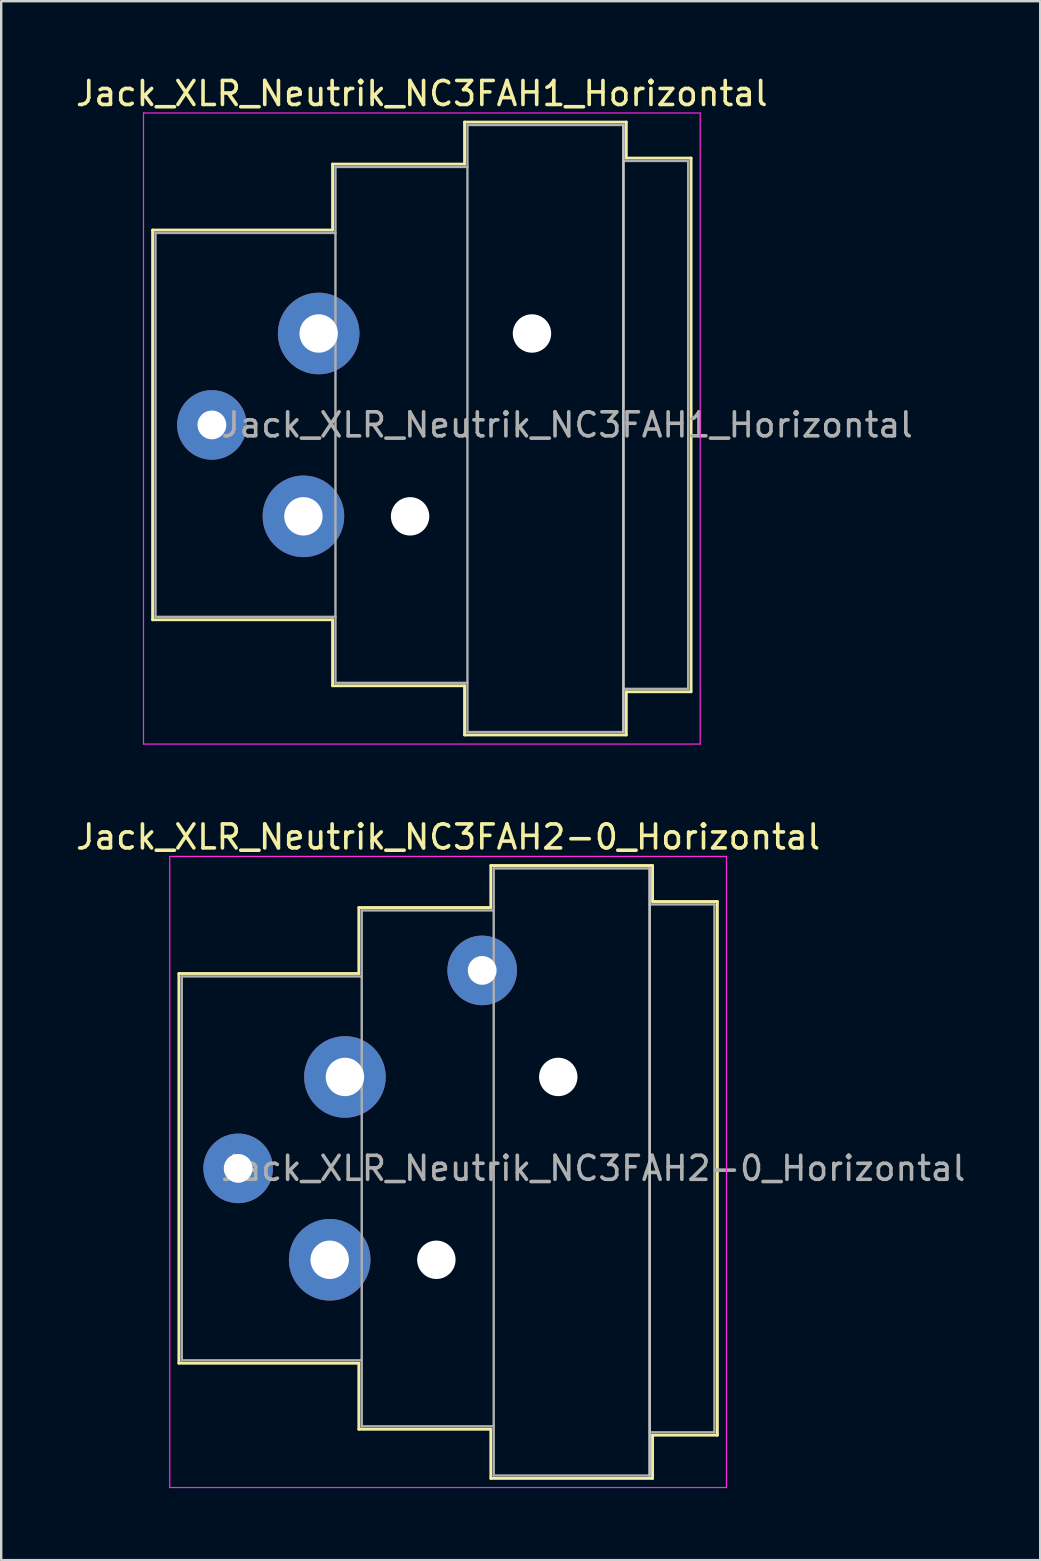
<source format=kicad_pcb>
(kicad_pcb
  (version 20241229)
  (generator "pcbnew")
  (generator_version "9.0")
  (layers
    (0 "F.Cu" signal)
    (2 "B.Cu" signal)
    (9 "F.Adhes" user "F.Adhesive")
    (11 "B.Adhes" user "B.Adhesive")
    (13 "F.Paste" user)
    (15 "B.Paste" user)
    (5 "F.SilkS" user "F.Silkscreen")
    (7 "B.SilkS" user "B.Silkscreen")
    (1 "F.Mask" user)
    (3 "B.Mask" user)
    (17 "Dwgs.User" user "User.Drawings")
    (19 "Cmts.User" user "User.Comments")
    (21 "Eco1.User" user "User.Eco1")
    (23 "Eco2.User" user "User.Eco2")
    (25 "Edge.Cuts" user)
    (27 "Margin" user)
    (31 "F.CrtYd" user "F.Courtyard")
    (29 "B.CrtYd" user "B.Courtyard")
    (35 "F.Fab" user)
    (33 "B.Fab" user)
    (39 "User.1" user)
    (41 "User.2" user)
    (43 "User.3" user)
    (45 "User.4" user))
  (footprint "Jack_XLR_Neutrik_NC3FAH2-0_Horizontal"
    (layer "F.Cu")
    (at 11.325 41.831)
    (property "Reference" "Jack_XLR_Neutrik_NC3FAH2-0_Horizontal" (at 4.3 -10 0) (layer "F.SilkS") (effects (font (size 1 1) (thickness 0.15))))
    (attr through_hole)
    (fp_line (start -6.92 -4.31) (end -6.92 11.93) (stroke (width 0.12) (type solid)) (layer "F.SilkS"))
    (fp_line (start 0.58 -7.06) (end 0.58 -4.31) (stroke (width 0.12) (type solid)) (layer "F.SilkS"))
    (fp_line (start 0.58 -4.31) (end -6.92 -4.31) (stroke (width 0.12) (type solid)) (layer "F.SilkS"))
    (fp_line (start 0.58 11.93) (end -6.92 11.93) (stroke (width 0.12) (type solid)) (layer "F.SilkS"))
    (fp_line (start 0.58 11.93) (end 0.58 14.68) (stroke (width 0.12) (type solid)) (layer "F.SilkS"))
    (fp_line (start 6.08 -7.06) (end 0.58 -7.06) (stroke (width 0.12) (type solid)) (layer "F.SilkS"))
    (fp_line (start 6.08 -7.06) (end 6.08 -8.81) (stroke (width 0.12) (type solid)) (layer "F.SilkS"))
    (fp_line (start 6.08 14.68) (end 0.58 14.68) (stroke (width 0.12) (type solid)) (layer "F.SilkS"))
    (fp_line (start 6.08 16.73) (end 6.08 14.68) (stroke (width 0.12) (type solid)) (layer "F.SilkS"))
    (fp_line (start 12.82 -8.81) (end 6.08 -8.81) (stroke (width 0.12) (type solid)) (layer "F.SilkS"))
    (fp_line (start 12.82 -8.81) (end 12.82 -7.31) (stroke (width 0.12) (type solid)) (layer "F.SilkS"))
    (fp_line (start 12.82 -7.31) (end 15.52 -7.31) (stroke (width 0.12) (type solid)) (layer "F.SilkS"))
    (fp_line (start 12.82 14.93) (end 12.82 16.73) (stroke (width 0.12) (type solid)) (layer "F.SilkS"))
    (fp_line (start 12.82 14.93) (end 15.52 14.93) (stroke (width 0.12) (type solid)) (layer "F.SilkS"))
    (fp_line (start 12.82 16.73) (end 6.08 16.73) (stroke (width 0.12) (type solid)) (layer "F.SilkS"))
    (fp_line (start 15.52 -7.31) (end 15.52 14.93) (stroke (width 0.12) (type solid)) (layer "F.SilkS"))
    (fp_line (start 12.7 -8.69) (end 12.7 16.61) (stroke (width 0.1) (type solid)) (layer "Dwgs.User"))
    (fp_line (start -7.3 -9.19) (end -7.3 17.11) (stroke (width 0.05) (type solid)) (layer "F.CrtYd"))
    (fp_line (start 15.9 -9.19) (end -7.3 -9.19) (stroke (width 0.05) (type solid)) (layer "F.CrtYd"))
    (fp_line (start 15.9 -9.19) (end 15.9 17.11) (stroke (width 0.05) (type solid)) (layer "F.CrtYd"))
    (fp_line (start 15.9 17.11) (end -7.3 17.11) (stroke (width 0.05) (type solid)) (layer "F.CrtYd"))
    (fp_line (start -6.8 -4.19) (end -6.8 11.81) (stroke (width 0.1) (type solid)) (layer "F.Fab"))
    (fp_line (start -6.8 11.81) (end 0.7 11.81) (stroke (width 0.1) (type solid)) (layer "F.Fab"))
    (fp_line (start 0.7 -6.94) (end 0.7 14.56) (stroke (width 0.1) (type solid)) (layer "F.Fab"))
    (fp_line (start 0.7 -4.19) (end -6.8 -4.19) (stroke (width 0.1) (type solid)) (layer "F.Fab"))
    (fp_line (start 0.7 14.56) (end 6.2 14.56) (stroke (width 0.1) (type solid)) (layer "F.Fab"))
    (fp_line (start 6.2 -8.69) (end 12.7 -8.69) (stroke (width 0.1) (type solid)) (layer "F.Fab"))
    (fp_line (start 6.2 -6.94) (end 0.7 -6.94) (stroke (width 0.1) (type solid)) (layer "F.Fab"))
    (fp_line (start 6.2 16.61) (end 6.2 -8.69) (stroke (width 0.1) (type solid)) (layer "F.Fab"))
    (fp_line (start 12.7 -8.69) (end 12.7 16.61) (stroke (width 0.1) (type solid)) (layer "F.Fab"))
    (fp_line (start 12.7 -7.19) (end 15.4 -7.19) (stroke (width 0.1) (type solid)) (layer "F.Fab"))
    (fp_line (start 12.7 16.61) (end 6.2 16.61) (stroke (width 0.1) (type solid)) (layer "F.Fab"))
    (fp_line (start 15.4 -7.19) (end 15.4 14.81) (stroke (width 0.1) (type solid)) (layer "F.Fab"))
    (fp_line (start 15.4 14.81) (end 12.7 14.81) (stroke (width 0.1) (type solid)) (layer "F.Fab"))
    (fp_text user "${REFERENCE}" (at 10.35 3.81 0) (layer "F.Fab") (effects (font (size 1 1) (thickness 0.15))))
    (pad "" np_thru_hole circle (at 3.81 7.62) (size 1.6 1.6) (drill 1.6) (layers "*.Cu" "*.Mask"))
    (pad "" np_thru_hole circle (at 8.89 0) (size 1.6 1.6) (drill 1.6) (layers "*.Cu" "*.Mask"))
    (pad "1" thru_hole circle (at 0 0) (size 3.4 3.4) (drill 1.6) (layers "*.Cu" "*.Mask"))
    (pad "2" thru_hole circle (at -0.635 7.62) (size 3.4 3.4) (drill 1.6) (layers "*.Cu" "*.Mask"))
    (pad "3" thru_hole circle (at -4.45 3.81) (size 2.9 2.9) (drill 1.2) (layers "*.Cu" "*.Mask"))
    (pad "G" thru_hole circle (at 5.72 -4.44) (size 2.9 2.9) (drill 1.2) (layers "*.Cu" "*.Mask")))
  (footprint "Jack_XLR_Neutrik_NC3FAH1_Horizontal"
    (layer "F.Cu")
    (at 10.23 10.848)
    (property "Reference" "Jack_XLR_Neutrik_NC3FAH1_Horizontal" (at 4.3 -10 0) (layer "F.SilkS") (effects (font (size 1 1) (thickness 0.15))))
    (attr through_hole)
    (fp_line (start -6.92 -4.31) (end -6.92 11.93) (stroke (width 0.12) (type solid)) (layer "F.SilkS"))
    (fp_line (start 0.58 -7.06) (end 0.58 -4.31) (stroke (width 0.12) (type solid)) (layer "F.SilkS"))
    (fp_line (start 0.58 -4.31) (end -6.92 -4.31) (stroke (width 0.12) (type solid)) (layer "F.SilkS"))
    (fp_line (start 0.58 11.93) (end -6.92 11.93) (stroke (width 0.12) (type solid)) (layer "F.SilkS"))
    (fp_line (start 0.58 11.93) (end 0.58 14.68) (stroke (width 0.12) (type solid)) (layer "F.SilkS"))
    (fp_line (start 6.08 -7.06) (end 0.58 -7.06) (stroke (width 0.12) (type solid)) (layer "F.SilkS"))
    (fp_line (start 6.08 -7.06) (end 6.08 -8.81) (stroke (width 0.12) (type solid)) (layer "F.SilkS"))
    (fp_line (start 6.08 14.68) (end 0.58 14.68) (stroke (width 0.12) (type solid)) (layer "F.SilkS"))
    (fp_line (start 6.08 16.73) (end 6.08 14.68) (stroke (width 0.12) (type solid)) (layer "F.SilkS"))
    (fp_line (start 12.82 -8.81) (end 6.08 -8.81) (stroke (width 0.12) (type solid)) (layer "F.SilkS"))
    (fp_line (start 12.82 -8.81) (end 12.82 -7.31) (stroke (width 0.12) (type solid)) (layer "F.SilkS"))
    (fp_line (start 12.82 -7.31) (end 15.52 -7.31) (stroke (width 0.12) (type solid)) (layer "F.SilkS"))
    (fp_line (start 12.82 14.93) (end 12.82 16.73) (stroke (width 0.12) (type solid)) (layer "F.SilkS"))
    (fp_line (start 12.82 14.93) (end 15.52 14.93) (stroke (width 0.12) (type solid)) (layer "F.SilkS"))
    (fp_line (start 12.82 16.73) (end 6.08 16.73) (stroke (width 0.12) (type solid)) (layer "F.SilkS"))
    (fp_line (start 15.52 -7.31) (end 15.52 14.93) (stroke (width 0.12) (type solid)) (layer "F.SilkS"))
    (fp_line (start 12.7 -8.69) (end 12.7 16.61) (stroke (width 0.1) (type solid)) (layer "Dwgs.User"))
    (fp_line (start -7.3 -9.19) (end -7.3 17.11) (stroke (width 0.05) (type solid)) (layer "F.CrtYd"))
    (fp_line (start 15.9 -9.19) (end -7.3 -9.19) (stroke (width 0.05) (type solid)) (layer "F.CrtYd"))
    (fp_line (start 15.9 -9.19) (end 15.9 17.11) (stroke (width 0.05) (type solid)) (layer "F.CrtYd"))
    (fp_line (start 15.9 17.11) (end -7.3 17.11) (stroke (width 0.05) (type solid)) (layer "F.CrtYd"))
    (fp_line (start -6.8 -4.19) (end -6.8 11.81) (stroke (width 0.1) (type solid)) (layer "F.Fab"))
    (fp_line (start -6.8 11.81) (end 0.7 11.81) (stroke (width 0.1) (type solid)) (layer "F.Fab"))
    (fp_line (start 0.7 -6.94) (end 0.7 14.56) (stroke (width 0.1) (type solid)) (layer "F.Fab"))
    (fp_line (start 0.7 -4.19) (end -6.8 -4.19) (stroke (width 0.1) (type solid)) (layer "F.Fab"))
    (fp_line (start 0.7 14.56) (end 6.2 14.56) (stroke (width 0.1) (type solid)) (layer "F.Fab"))
    (fp_line (start 6.2 -8.69) (end 12.7 -8.69) (stroke (width 0.1) (type solid)) (layer "F.Fab"))
    (fp_line (start 6.2 -6.94) (end 0.7 -6.94) (stroke (width 0.1) (type solid)) (layer "F.Fab"))
    (fp_line (start 6.2 16.61) (end 6.2 -8.69) (stroke (width 0.1) (type solid)) (layer "F.Fab"))
    (fp_line (start 12.7 -8.69) (end 12.7 16.61) (stroke (width 0.1) (type solid)) (layer "F.Fab"))
    (fp_line (start 12.7 -7.19) (end 15.4 -7.19) (stroke (width 0.1) (type solid)) (layer "F.Fab"))
    (fp_line (start 12.7 16.61) (end 6.2 16.61) (stroke (width 0.1) (type solid)) (layer "F.Fab"))
    (fp_line (start 15.4 -7.19) (end 15.4 14.81) (stroke (width 0.1) (type solid)) (layer "F.Fab"))
    (fp_line (start 15.4 14.81) (end 12.7 14.81) (stroke (width 0.1) (type solid)) (layer "F.Fab"))
    (fp_text user "${REFERENCE}" (at 10.35 3.81 0) (layer "F.Fab") (effects (font (size 1 1) (thickness 0.15))))
    (pad "" np_thru_hole circle (at 3.81 7.62) (size 1.6 1.6) (drill 1.6) (layers "*.Cu" "*.Mask"))
    (pad "" np_thru_hole circle (at 8.89 0) (size 1.6 1.6) (drill 1.6) (layers "*.Cu" "*.Mask"))
    (pad "1" thru_hole circle (at 0 0) (size 3.4 3.4) (drill 1.6) (layers "*.Cu" "*.Mask"))
    (pad "2" thru_hole circle (at -0.635 7.62) (size 3.4 3.4) (drill 1.6) (layers "*.Cu" "*.Mask"))
    (pad "3" thru_hole circle (at -4.45 3.81) (size 2.9 2.9) (drill 1.2) (layers "*.Cu" "*.Mask")))
  (gr_rect
    (start -3 -3)
    (end 40.3 61.967)
    (stroke (width 0.1) (type default))
    (fill no)
    (layer "Edge.Cuts")))
</source>
